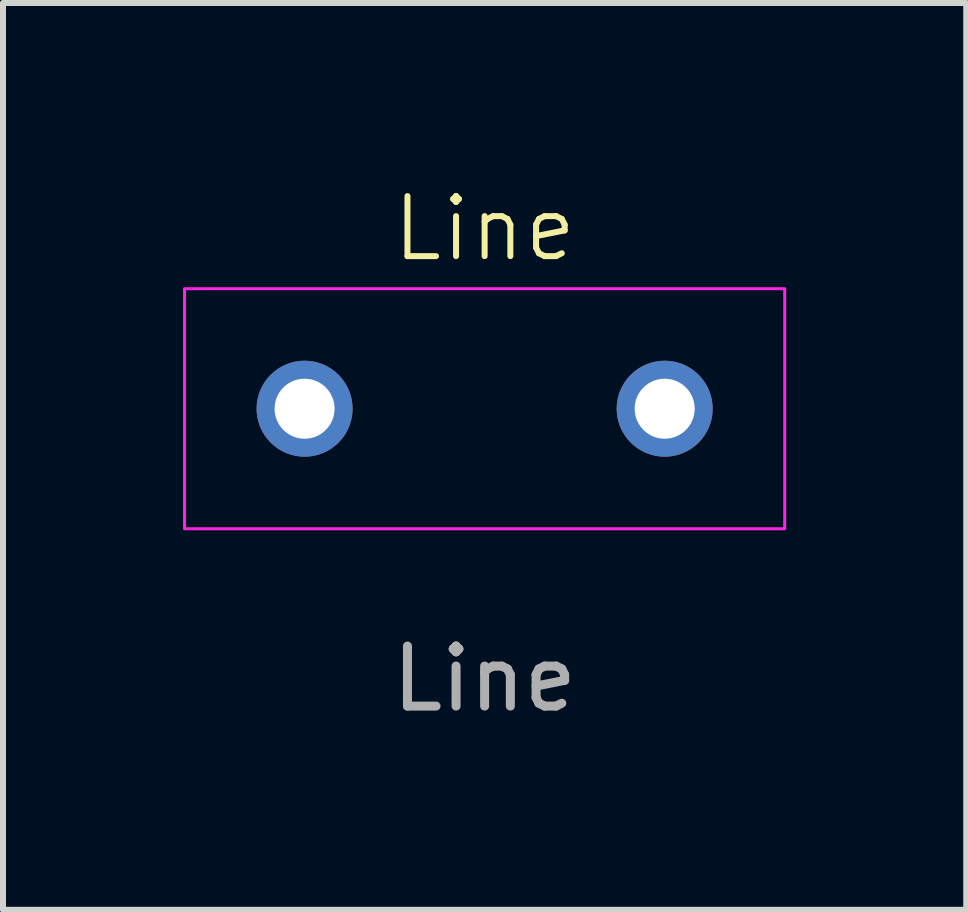
<source format=kicad_pcb>
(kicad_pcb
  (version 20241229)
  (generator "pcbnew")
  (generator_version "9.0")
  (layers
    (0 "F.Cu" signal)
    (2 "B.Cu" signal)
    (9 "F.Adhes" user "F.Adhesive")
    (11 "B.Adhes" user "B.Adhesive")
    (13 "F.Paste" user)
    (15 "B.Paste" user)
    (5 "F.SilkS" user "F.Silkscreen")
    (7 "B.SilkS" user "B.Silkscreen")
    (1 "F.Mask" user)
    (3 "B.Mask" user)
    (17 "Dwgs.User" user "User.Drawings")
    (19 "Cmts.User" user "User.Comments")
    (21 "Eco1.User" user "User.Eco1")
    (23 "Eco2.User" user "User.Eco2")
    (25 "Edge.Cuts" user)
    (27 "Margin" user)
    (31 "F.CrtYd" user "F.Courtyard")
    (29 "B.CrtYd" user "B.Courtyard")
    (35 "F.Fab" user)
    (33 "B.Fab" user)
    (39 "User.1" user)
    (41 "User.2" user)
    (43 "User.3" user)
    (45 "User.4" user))
  (footprint "Line"
    (layer "F.Cu")
    (at 5.025 3.76)
    (property "Reference" "Line" (at 0 -3 0) (unlocked yes) (layer "F.SilkS") (effects (font (size 1 1) (thickness 0.1))))
    (attr smd)
    (fp_rect (start -5 -2) (end 5 2) (stroke (width 0.05) (type default)) (fill no) (layer "F.CrtYd"))
    (fp_text user "${REFERENCE}" (at 0 4.5 0) (unlocked yes) (layer "F.Fab") (effects (font (size 1 1) (thickness 0.15))))
    (pad "1" thru_hole circle (at -3 0) (size 1.6 1.6) (drill 1) (layers "*.Cu" "*.Mask"))
    (pad "2" thru_hole circle (at 3 0) (size 1.6 1.6) (drill 1) (layers "*.Cu" "*.Mask")))
  (gr_rect
    (start -3 -3)
    (end 13.05 12.109)
    (stroke (width 0.1) (type default))
    (fill no)
    (layer "Edge.Cuts")))
</source>
